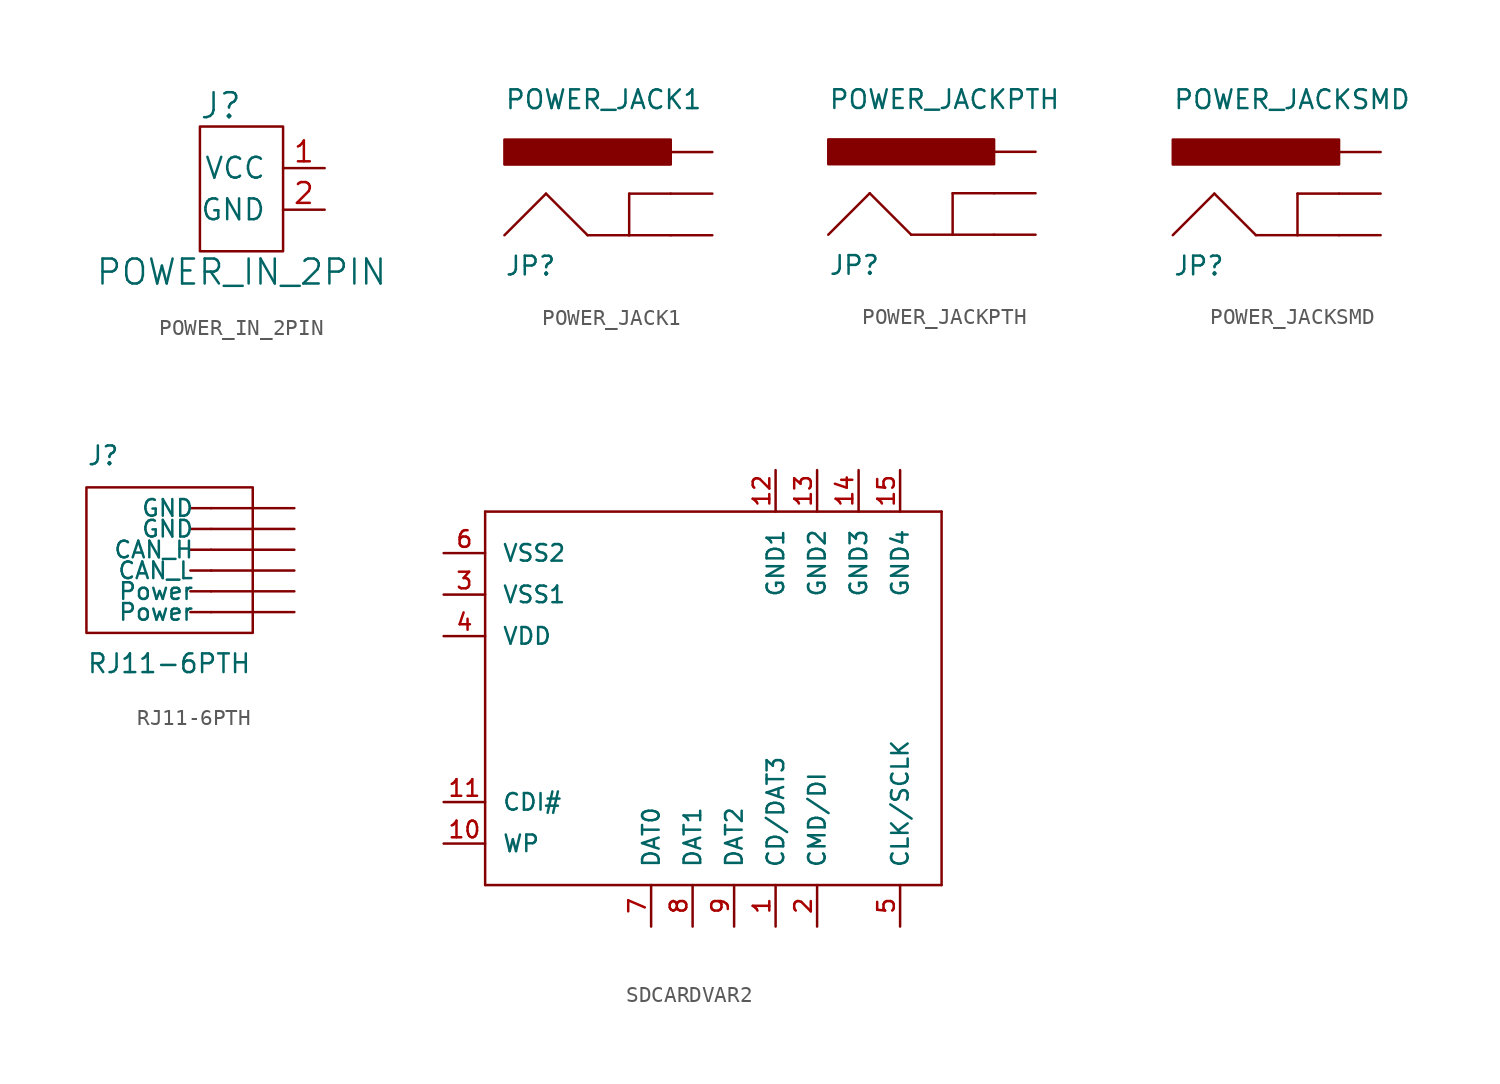
<source format=kicad_sym>
(kicad_symbol_lib
  (version 20241209)
  (generator "kicad_symbol_editor")
  (generator_version "9.0")
  (symbol "POWER_IN_2PIN"
    (pin_names
      (offset 1.016))
    (property "Reference" "J"
      (at -1.27 5.08 0)
      (effects (font (size 1.524 1.524))))
    (property "Value" "POWER_IN_2PIN"
      (at 0 -5.08 0)
      (effects (font (size 1.524 1.524))))
    (symbol "POWER_IN_2PIN_0_1"
      (rectangle (start -2.54 3.81) (end 2.54 -3.81) (stroke (width 0) (type default)) (fill (type none))))
    (symbol "POWER_IN_2PIN_1_1"
      (pin power_out line (at 5.08 1.27 180) (length 2.54) (name "VCC" (effects (font (size 1.27 1.27)))) (number "1" (effects (font (size 1.27 1.27)))))
      (pin power_out line (at 5.08 -1.27 180) (length 2.54) (name "GND" (effects (font (size 1.27 1.27)))) (number "2" (effects (font (size 1.27 1.27)))))))
  (symbol "POWER_JACK1"
    (pin_numbers
      (hide yes))
    (pin_names
      (offset 1.016)
      (hide yes))
    (property "Reference" "JP"
      (at -10.16 0 0)
      (effects (font (size 1.143 1.143)) (justify left bottom)))
    (property "Value" "POWER_JACK1"
      (at -10.16 10.16 0)
      (effects (font (size 1.143 1.143)) (justify left bottom)))
    (property "Datasheet" ""
      (at 0 0 0)
      (effects (font (size 1.524 1.524))))
    (property "ki_locked" ""
      (at 0 0 0)
      (effects (font (size 1.27 1.27))))
    (symbol "POWER_JACK1_1_0"
      (polyline (pts (xy -10.16 2.54) (xy -7.62 5.08)) (stroke (width 0) (type default)) (fill (type none)))
      (polyline (pts (xy -7.62 5.08) (xy -5.08 2.54)) (stroke (width 0) (type default)) (fill (type none)))
      (polyline (pts (xy -5.08 2.54) (xy -2.54 2.54)) (stroke (width 0) (type default)) (fill (type none)))
      (polyline (pts (xy -2.54 5.08) (xy 0 5.08)) (stroke (width 0) (type default)) (fill (type none)))
      (polyline (pts (xy -2.54 2.54) (xy -2.54 5.08)) (stroke (width 0) (type default)) (fill (type none)))
      (polyline (pts (xy -2.54 2.54) (xy 0 2.54)) (stroke (width 0) (type default)) (fill (type none))))
    (symbol "POWER_JACK1_1_1"
      (rectangle (start -10.16 6.858) (end 0 8.382) (stroke (width 0) (type default)) (fill (type outline)))
      (pin bidirectional line (at 2.54 7.62 180) (length 2.54) (name "PWR" (effects (font (size 1.016 1.016)))) (number "VIN0" (effects (font (size 1.016 1.016)))))
      (pin bidirectional line (at 2.54 5.08 180) (length 2.54) (name "GNDBREAK" (effects (font (size 1.016 1.016)))) (number "GND" (effects (font (size 1.016 1.016)))))
      (pin bidirectional line (at 2.54 2.54 180) (length 2.54) (name "GND" (effects (font (size 1.016 1.016)))) (number "P$4" (effects (font (size 1.016 1.016)))))))
  (symbol "POWER_JACKPTH"
    (pin_numbers
      (hide yes))
    (pin_names
      (offset 1.016)
      (hide yes))
    (property "Reference" "JP"
      (at -10.16 0 0)
      (effects (font (size 1.143 1.143)) (justify left bottom)))
    (property "Value" "POWER_JACKPTH"
      (at -10.16 10.16 0)
      (effects (font (size 1.143 1.143)) (justify left bottom)))
    (property "Datasheet" ""
      (at 0 0 0)
      (effects (font (size 1.524 1.524))))
    (property "ki_locked" ""
      (at 0 0 0)
      (effects (font (size 1.27 1.27))))
    (symbol "POWER_JACKPTH_1_0"
      (polyline (pts (xy -10.16 2.54) (xy -7.62 5.08)) (stroke (width 0) (type default)) (fill (type none)))
      (polyline (pts (xy -7.62 5.08) (xy -5.08 2.54)) (stroke (width 0) (type default)) (fill (type none)))
      (polyline (pts (xy -5.08 2.54) (xy -2.54 2.54)) (stroke (width 0) (type default)) (fill (type none)))
      (polyline (pts (xy -2.54 5.08) (xy 0 5.08)) (stroke (width 0) (type default)) (fill (type none)))
      (polyline (pts (xy -2.54 2.54) (xy -2.54 5.08)) (stroke (width 0) (type default)) (fill (type none)))
      (polyline (pts (xy -2.54 2.54) (xy 0 2.54)) (stroke (width 0) (type default)) (fill (type none))))
    (symbol "POWER_JACKPTH_1_1"
      (rectangle (start -10.16 6.858) (end 0 8.382) (stroke (width 0) (type default)) (fill (type outline)))
      (pin bidirectional line (at 2.54 7.62 180) (length 2.54) (name "PWR" (effects (font (size 1.016 1.016)))) (number "PWR" (effects (font (size 1.016 1.016)))))
      (pin bidirectional line (at 2.54 5.08 180) (length 2.54) (name "GNDBREAK" (effects (font (size 1.016 1.016)))) (number "GNDB" (effects (font (size 1.016 1.016)))))
      (pin bidirectional line (at 2.54 2.54 180) (length 2.54) (name "GND" (effects (font (size 1.016 1.016)))) (number "GND" (effects (font (size 1.016 1.016)))))))
  (symbol "POWER_JACKSMD"
    (pin_numbers
      (hide yes))
    (pin_names
      (offset 1.016)
      (hide yes))
    (property "Reference" "JP"
      (at -10.16 0 0)
      (effects (font (size 1.143 1.143)) (justify left bottom)))
    (property "Value" "POWER_JACKSMD"
      (at -10.16 10.16 0)
      (effects (font (size 1.143 1.143)) (justify left bottom)))
    (property "Datasheet" ""
      (at 0 0 0)
      (effects (font (size 1.524 1.524))))
    (property "ki_locked" ""
      (at 0 0 0)
      (effects (font (size 1.27 1.27))))
    (symbol "POWER_JACKSMD_1_0"
      (polyline (pts (xy -10.16 2.54) (xy -7.62 5.08)) (stroke (width 0) (type default)) (fill (type none)))
      (polyline (pts (xy -7.62 5.08) (xy -5.08 2.54)) (stroke (width 0) (type default)) (fill (type none)))
      (polyline (pts (xy -5.08 2.54) (xy -2.54 2.54)) (stroke (width 0) (type default)) (fill (type none)))
      (polyline (pts (xy -2.54 5.08) (xy 0 5.08)) (stroke (width 0) (type default)) (fill (type none)))
      (polyline (pts (xy -2.54 2.54) (xy -2.54 5.08)) (stroke (width 0) (type default)) (fill (type none)))
      (polyline (pts (xy -2.54 2.54) (xy 0 2.54)) (stroke (width 0) (type default)) (fill (type none))))
    (symbol "POWER_JACKSMD_1_1"
      (rectangle (start -10.16 6.858) (end 0 8.382) (stroke (width 0) (type default)) (fill (type outline)))
      (pin bidirectional line (at 2.54 7.62 180) (length 2.54) (name "PWR" (effects (font (size 1.016 1.016)))) (number "VIN0" (effects (font (size 1.016 1.016)))))
      (pin bidirectional line (at 2.54 5.08 180) (length 2.54) (name "GNDBREAK" (effects (font (size 1.016 1.016)))) (number "GND" (effects (font (size 1.016 1.016)))))
      (pin bidirectional line (at 2.54 2.54 180) (length 2.54) (name "GND" (effects (font (size 1.016 1.016)))) (number "P$4" (effects (font (size 1.016 1.016)))))))
  (symbol "RJ11-6PTH"
    (pin_numbers
      (hide yes))
    (pin_names
      (offset 1.016))
    (property "Reference" "J"
      (at -5.08 5.08 0)
      (effects (font (size 1.143 1.143)) (justify left bottom)))
    (property "Value" "RJ11-6PTH"
      (at -5.08 -7.62 0)
      (effects (font (size 1.143 1.143)) (justify left bottom)))
    (property "Datasheet" ""
      (at 2.54 -1.27 0)
      (effects (font (size 1.524 1.524))))
    (property "ki_locked" ""
      (at 0 0 0)
      (effects (font (size 1.27 1.27))))
    (symbol "RJ11-6PTH_0_1"
      (rectangle (start -5.08 3.81) (end 5.08 -5.08) (stroke (width 0) (type default)) (fill (type none))))
    (symbol "RJ11-6PTH_1_0"
      (polyline (pts (xy 1.27 2.54) (xy 2.54 2.54)) (stroke (width 0) (type default)) (fill (type none)))
      (polyline (pts (xy 1.27 1.27) (xy 2.54 1.27)) (stroke (width 0) (type default)) (fill (type none)))
      (polyline (pts (xy 1.27 0) (xy 2.54 0)) (stroke (width 0) (type default)) (fill (type none)))
      (polyline (pts (xy 1.27 -1.27) (xy 2.54 -1.27)) (stroke (width 0) (type default)) (fill (type none)))
      (polyline (pts (xy 1.27 -2.54) (xy 2.54 -2.54)) (stroke (width 0) (type default)) (fill (type none)))
      (polyline (pts (xy 1.27 -3.81) (xy 2.54 -3.81)) (stroke (width 0) (type default)) (fill (type none))))
    (symbol "RJ11-6PTH_1_1"
      (pin passive line (at 7.62 2.54 180) (length 5.08) (name "GND" (effects (font (size 1.016 1.016)))) (number "6" (effects (font (size 1.016 1.016)))))
      (pin passive line (at 7.62 1.27 180) (length 5.08) (name "GND" (effects (font (size 1.016 1.016)))) (number "5" (effects (font (size 1.016 1.016)))))
      (pin passive line (at 7.62 0 180) (length 5.08) (name "CAN_H" (effects (font (size 1.016 1.016)))) (number "4" (effects (font (size 1.016 1.016)))))
      (pin passive line (at 7.62 -1.27 180) (length 5.08) (name "CAN_L" (effects (font (size 1.016 1.016)))) (number "3" (effects (font (size 1.016 1.016)))))
      (pin passive line (at 7.62 -2.54 180) (length 5.08) (name "Power" (effects (font (size 1.016 1.016)))) (number "2" (effects (font (size 1.016 1.016)))))
      (pin passive line (at 7.62 -3.81 180) (length 5.08) (name "Power" (effects (font (size 1.016 1.016)))) (number "1" (effects (font (size 1.016 1.016)))))))
  (symbol "SDCARDVAR2"
    (pin_names
      (offset 1.016))
    (property "Reference" "M"
      (at 0 0 0)
      (effects (font (size 1.143 1.143)) (hide yes)))
    (property "Datasheet" ""
      (at 0 0 0)
      (effects (font (size 1.524 1.524))))
    (property "ki_locked" ""
      (at 0 0 0)
      (effects (font (size 1.27 1.27))))
    (symbol "SDCARDVAR2_1_0"
      (polyline (pts (xy -12.7 12.7) (xy -12.7 -10.16)) (stroke (width 0) (type default)) (fill (type none)))
      (polyline (pts (xy -12.7 -10.16) (xy 15.24 -10.16)) (stroke (width 0) (type default)) (fill (type none)))
      (polyline (pts (xy 15.24 12.7) (xy -12.7 12.7)) (stroke (width 0) (type default)) (fill (type none)))
      (polyline (pts (xy 15.24 -10.16) (xy 15.24 12.7)) (stroke (width 0) (type default)) (fill (type none))))
    (symbol "SDCARDVAR2_1_1"
      (pin power_in line (at -15.24 10.16 0) (length 2.54) (name "VSS2" (effects (font (size 1.016 1.016)))) (number "6" (effects (font (size 1.016 1.016)))))
      (pin power_in line (at -15.24 7.62 0) (length 2.54) (name "VSS1" (effects (font (size 1.016 1.016)))) (number "3" (effects (font (size 1.016 1.016)))))
      (pin power_in line (at -15.24 5.08 0) (length 2.54) (name "VDD" (effects (font (size 1.016 1.016)))) (number "4" (effects (font (size 1.016 1.016)))))
      (pin output line (at -15.24 -5.08 0) (length 2.54) (name "CDI#" (effects (font (size 1.016 1.016)))) (number "11" (effects (font (size 1.016 1.016)))))
      (pin output line (at -15.24 -7.62 0) (length 2.54) (name "WP" (effects (font (size 1.016 1.016)))) (number "10" (effects (font (size 1.016 1.016)))))
      (pin bidirectional line (at -2.54 -12.7 90) (length 2.54) (name "DAT0" (effects (font (size 1.016 1.016)))) (number "7" (effects (font (size 1.016 1.016)))))
      (pin bidirectional line (at 0 -12.7 90) (length 2.54) (name "DAT1" (effects (font (size 1.016 1.016)))) (number "8" (effects (font (size 1.016 1.016)))))
      (pin bidirectional line (at 2.54 -12.7 90) (length 2.54) (name "DAT2" (effects (font (size 1.016 1.016)))) (number "9" (effects (font (size 1.016 1.016)))))
      (pin power_in line (at 5.08 15.24 270) (length 2.54) (name "GND1" (effects (font (size 1.016 1.016)))) (number "12" (effects (font (size 1.016 1.016)))))
      (pin bidirectional line (at 5.08 -12.7 90) (length 2.54) (name "CD/DAT3" (effects (font (size 1.016 1.016)))) (number "1" (effects (font (size 1.016 1.016)))))
      (pin power_in line (at 7.62 15.24 270) (length 2.54) (name "GND2" (effects (font (size 1.016 1.016)))) (number "13" (effects (font (size 1.016 1.016)))))
      (pin bidirectional line (at 7.62 -12.7 90) (length 2.54) (name "CMD/DI" (effects (font (size 1.016 1.016)))) (number "2" (effects (font (size 1.016 1.016)))))
      (pin power_in line (at 10.16 15.24 270) (length 2.54) (name "GND3" (effects (font (size 1.016 1.016)))) (number "14" (effects (font (size 1.016 1.016)))))
      (pin power_in line (at 12.7 15.24 270) (length 2.54) (name "GND4" (effects (font (size 1.016 1.016)))) (number "15" (effects (font (size 1.016 1.016)))))
      (pin bidirectional line (at 12.7 -12.7 90) (length 2.54) (name "CLK/SCLK" (effects (font (size 1.016 1.016)))) (number "5" (effects (font (size 1.016 1.016))))))))
</source>
